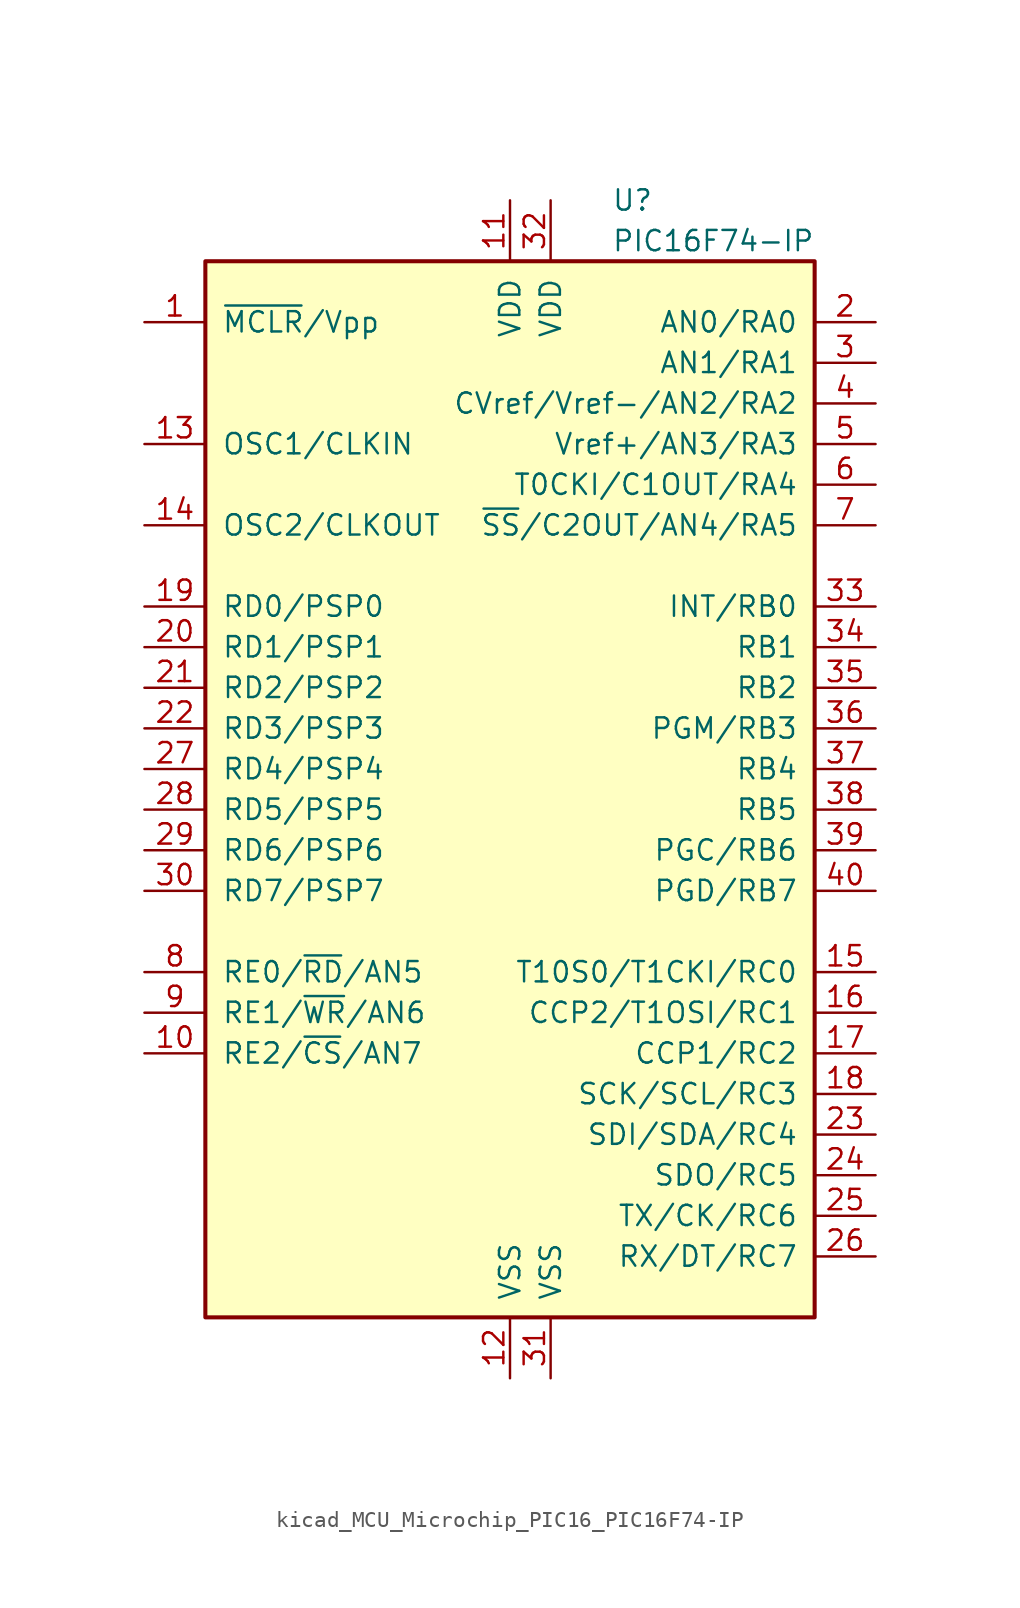
<source format=kicad_sym>
(kicad_symbol_lib
  (version 20220914)
  (generator kicad_symbol_editor)
  (symbol "kicad_MCU_Microchip_PIC16_PIC16F74-IP"
    (pin_names
      (offset 1.016))
    (property "Reference" "U"
      (at 6.35 35.56 0)
      (effects (font (size 1.27 1.27)) (justify left)))
    (property "Value" "PIC16F74-IP"
      (at 6.35 33.02 0)
      (effects (font (size 1.27 1.27)) (justify left)))
    (symbol "kicad_MCU_Microchip_PIC16_PIC16F74-IP_0_1"
      (rectangle (start -19.05 -34.29) (end 19.05 31.75) (stroke (width 0.254) (type default)) (fill (type background))))
    (symbol "kicad_MCU_Microchip_PIC16_PIC16F74-IP_1_1"
      (pin input line (at -22.86 27.94 0) (length 3.81) (name "~{MCLR}/Vpp" (effects (font (size 1.27 1.27)))) (number "1" (effects (font (size 1.27 1.27)))))
      (pin bidirectional line (at -22.86 -17.78 0) (length 3.81) (name "RE2/~{CS}/AN7" (effects (font (size 1.27 1.27)))) (number "10" (effects (font (size 1.27 1.27)))))
      (pin power_in line (at 0 35.56 270) (length 3.81) (name "VDD" (effects (font (size 1.27 1.27)))) (number "11" (effects (font (size 1.27 1.27)))))
      (pin power_in line (at 0 -38.1 90) (length 3.81) (name "VSS" (effects (font (size 1.27 1.27)))) (number "12" (effects (font (size 1.27 1.27)))))
      (pin input line (at -22.86 20.32 0) (length 3.81) (name "OSC1/CLKIN" (effects (font (size 1.27 1.27)))) (number "13" (effects (font (size 1.27 1.27)))))
      (pin output line (at -22.86 15.24 0) (length 3.81) (name "OSC2/CLKOUT" (effects (font (size 1.27 1.27)))) (number "14" (effects (font (size 1.27 1.27)))))
      (pin bidirectional line (at 22.86 -12.7 180) (length 3.81) (name "T10S0/T1CKI/RC0" (effects (font (size 1.27 1.27)))) (number "15" (effects (font (size 1.27 1.27)))))
      (pin bidirectional line (at 22.86 -15.24 180) (length 3.81) (name "CCP2/T1OSI/RC1" (effects (font (size 1.27 1.27)))) (number "16" (effects (font (size 1.27 1.27)))))
      (pin bidirectional line (at 22.86 -17.78 180) (length 3.81) (name "CCP1/RC2" (effects (font (size 1.27 1.27)))) (number "17" (effects (font (size 1.27 1.27)))))
      (pin bidirectional line (at 22.86 -20.32 180) (length 3.81) (name "SCK/SCL/RC3" (effects (font (size 1.27 1.27)))) (number "18" (effects (font (size 1.27 1.27)))))
      (pin bidirectional line (at -22.86 10.16 0) (length 3.81) (name "RD0/PSP0" (effects (font (size 1.27 1.27)))) (number "19" (effects (font (size 1.27 1.27)))))
      (pin bidirectional line (at 22.86 27.94 180) (length 3.81) (name "AN0/RA0" (effects (font (size 1.27 1.27)))) (number "2" (effects (font (size 1.27 1.27)))))
      (pin bidirectional line (at -22.86 7.62 0) (length 3.81) (name "RD1/PSP1" (effects (font (size 1.27 1.27)))) (number "20" (effects (font (size 1.27 1.27)))))
      (pin bidirectional line (at -22.86 5.08 0) (length 3.81) (name "RD2/PSP2" (effects (font (size 1.27 1.27)))) (number "21" (effects (font (size 1.27 1.27)))))
      (pin bidirectional line (at -22.86 2.54 0) (length 3.81) (name "RD3/PSP3" (effects (font (size 1.27 1.27)))) (number "22" (effects (font (size 1.27 1.27)))))
      (pin bidirectional line (at 22.86 -22.86 180) (length 3.81) (name "SDI/SDA/RC4" (effects (font (size 1.27 1.27)))) (number "23" (effects (font (size 1.27 1.27)))))
      (pin bidirectional line (at 22.86 -25.4 180) (length 3.81) (name "SDO/RC5" (effects (font (size 1.27 1.27)))) (number "24" (effects (font (size 1.27 1.27)))))
      (pin bidirectional line (at 22.86 -27.94 180) (length 3.81) (name "TX/CK/RC6" (effects (font (size 1.27 1.27)))) (number "25" (effects (font (size 1.27 1.27)))))
      (pin bidirectional line (at 22.86 -30.48 180) (length 3.81) (name "RX/DT/RC7" (effects (font (size 1.27 1.27)))) (number "26" (effects (font (size 1.27 1.27)))))
      (pin bidirectional line (at -22.86 0 0) (length 3.81) (name "RD4/PSP4" (effects (font (size 1.27 1.27)))) (number "27" (effects (font (size 1.27 1.27)))))
      (pin bidirectional line (at -22.86 -2.54 0) (length 3.81) (name "RD5/PSP5" (effects (font (size 1.27 1.27)))) (number "28" (effects (font (size 1.27 1.27)))))
      (pin bidirectional line (at -22.86 -5.08 0) (length 3.81) (name "RD6/PSP6" (effects (font (size 1.27 1.27)))) (number "29" (effects (font (size 1.27 1.27)))))
      (pin bidirectional line (at 22.86 25.4 180) (length 3.81) (name "AN1/RA1" (effects (font (size 1.27 1.27)))) (number "3" (effects (font (size 1.27 1.27)))))
      (pin bidirectional line (at -22.86 -7.62 0) (length 3.81) (name "RD7/PSP7" (effects (font (size 1.27 1.27)))) (number "30" (effects (font (size 1.27 1.27)))))
      (pin power_in line (at 2.54 -38.1 90) (length 3.81) (name "VSS" (effects (font (size 1.27 1.27)))) (number "31" (effects (font (size 1.27 1.27)))))
      (pin power_in line (at 2.54 35.56 270) (length 3.81) (name "VDD" (effects (font (size 1.27 1.27)))) (number "32" (effects (font (size 1.27 1.27)))))
      (pin bidirectional line (at 22.86 10.16 180) (length 3.81) (name "INT/RB0" (effects (font (size 1.27 1.27)))) (number "33" (effects (font (size 1.27 1.27)))))
      (pin bidirectional line (at 22.86 7.62 180) (length 3.81) (name "RB1" (effects (font (size 1.27 1.27)))) (number "34" (effects (font (size 1.27 1.27)))))
      (pin bidirectional line (at 22.86 5.08 180) (length 3.81) (name "RB2" (effects (font (size 1.27 1.27)))) (number "35" (effects (font (size 1.27 1.27)))))
      (pin bidirectional line (at 22.86 2.54 180) (length 3.81) (name "PGM/RB3" (effects (font (size 1.27 1.27)))) (number "36" (effects (font (size 1.27 1.27)))))
      (pin bidirectional line (at 22.86 0 180) (length 3.81) (name "RB4" (effects (font (size 1.27 1.27)))) (number "37" (effects (font (size 1.27 1.27)))))
      (pin bidirectional line (at 22.86 -2.54 180) (length 3.81) (name "RB5" (effects (font (size 1.27 1.27)))) (number "38" (effects (font (size 1.27 1.27)))))
      (pin bidirectional line (at 22.86 -5.08 180) (length 3.81) (name "PGC/RB6" (effects (font (size 1.27 1.27)))) (number "39" (effects (font (size 1.27 1.27)))))
      (pin bidirectional line (at 22.86 22.86 180) (length 3.81) (name "CVref/Vref-/AN2/RA2" (effects (font (size 1.27 1.27)))) (number "4" (effects (font (size 1.27 1.27)))))
      (pin bidirectional line (at 22.86 -7.62 180) (length 3.81) (name "PGD/RB7" (effects (font (size 1.27 1.27)))) (number "40" (effects (font (size 1.27 1.27)))))
      (pin bidirectional line (at 22.86 20.32 180) (length 3.81) (name "Vref+/AN3/RA3" (effects (font (size 1.27 1.27)))) (number "5" (effects (font (size 1.27 1.27)))))
      (pin bidirectional line (at 22.86 17.78 180) (length 3.81) (name "T0CKI/C1OUT/RA4" (effects (font (size 1.27 1.27)))) (number "6" (effects (font (size 1.27 1.27)))))
      (pin bidirectional line (at 22.86 15.24 180) (length 3.81) (name "~{SS}/C2OUT/AN4/RA5" (effects (font (size 1.27 1.27)))) (number "7" (effects (font (size 1.27 1.27)))))
      (pin bidirectional line (at -22.86 -12.7 0) (length 3.81) (name "RE0/~{RD}/AN5" (effects (font (size 1.27 1.27)))) (number "8" (effects (font (size 1.27 1.27)))))
      (pin bidirectional line (at -22.86 -15.24 0) (length 3.81) (name "RE1/~{WR}/AN6" (effects (font (size 1.27 1.27)))) (number "9" (effects (font (size 1.27 1.27))))))))
</source>
